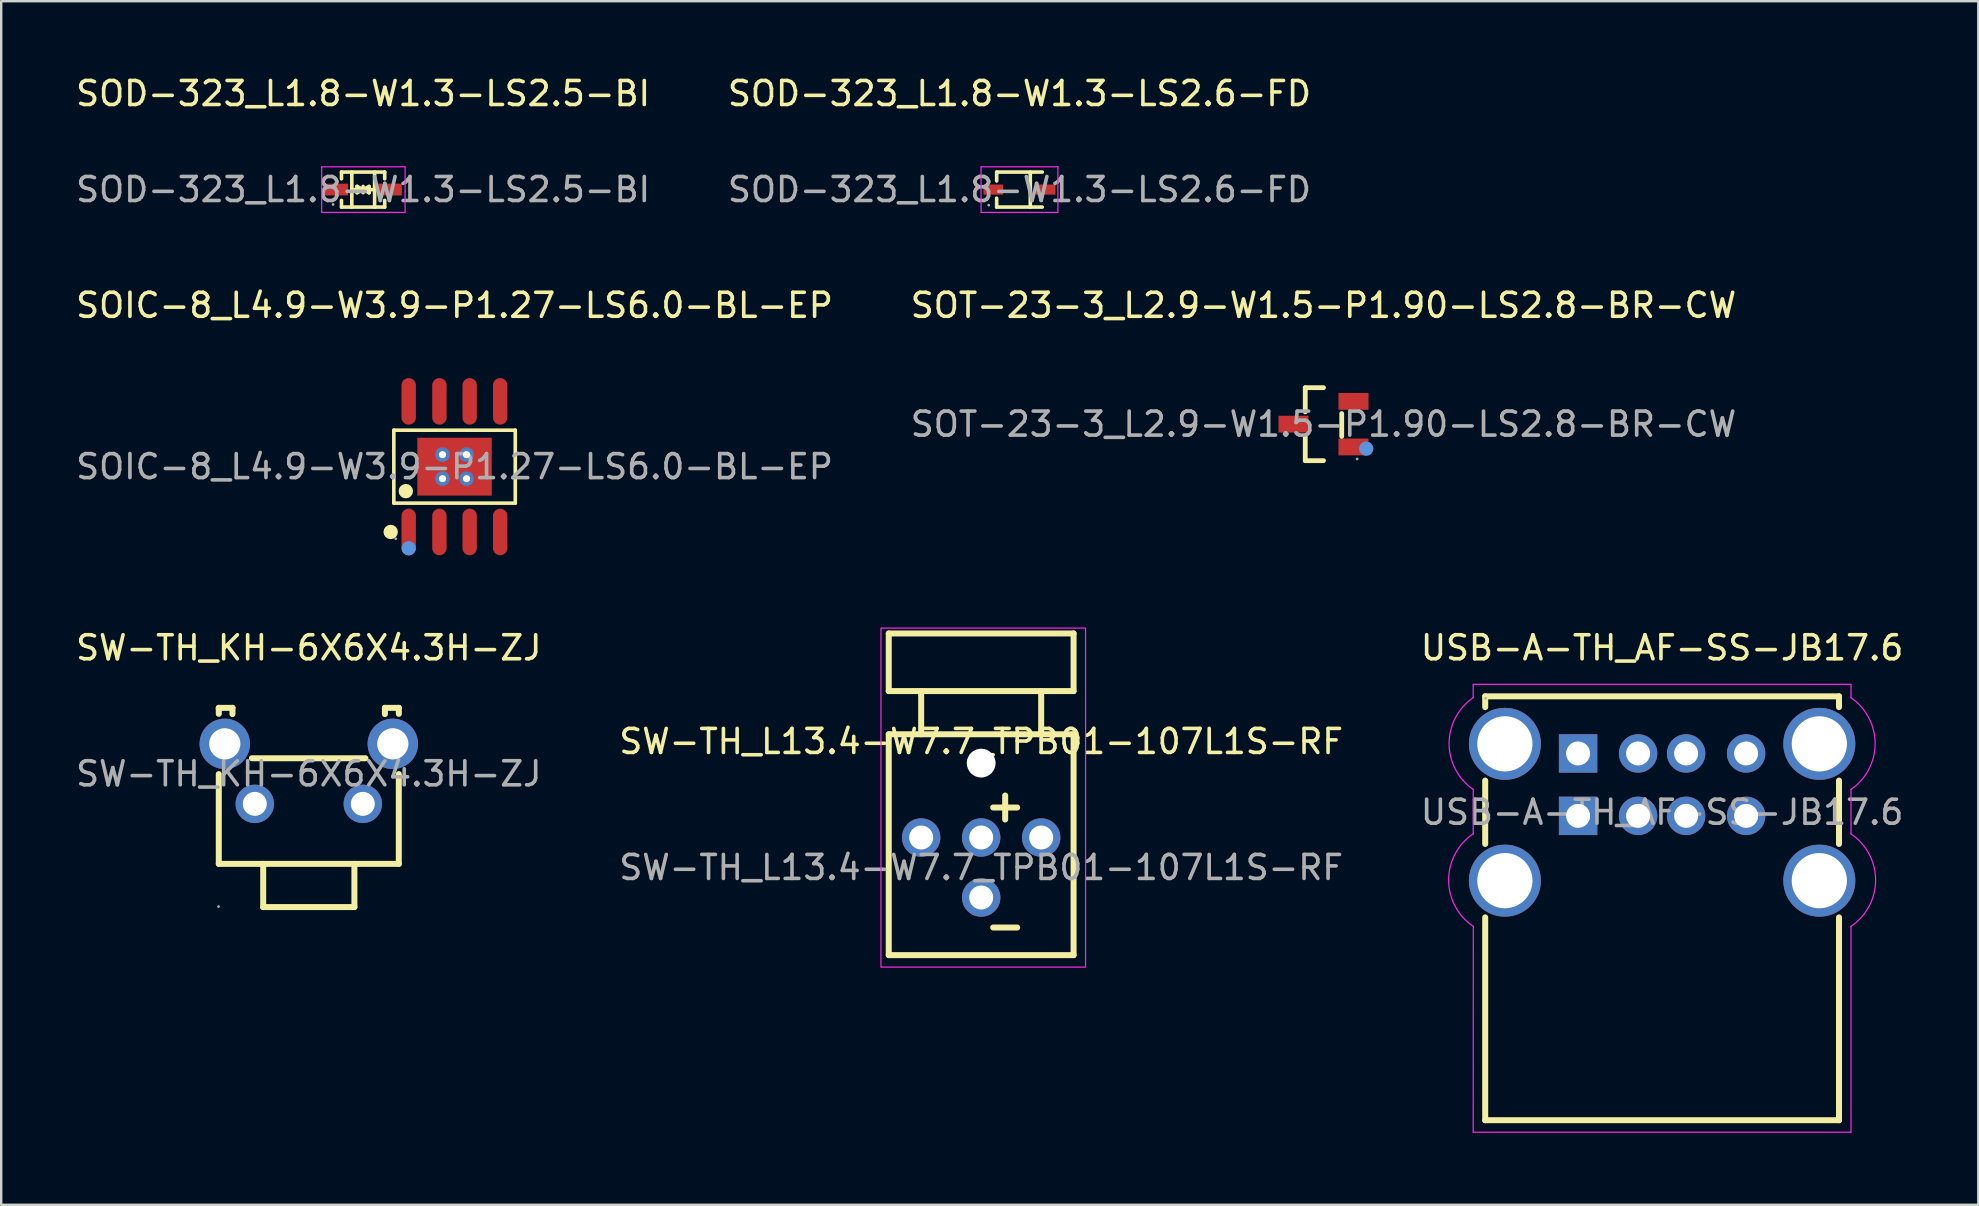
<source format=kicad_pcb>
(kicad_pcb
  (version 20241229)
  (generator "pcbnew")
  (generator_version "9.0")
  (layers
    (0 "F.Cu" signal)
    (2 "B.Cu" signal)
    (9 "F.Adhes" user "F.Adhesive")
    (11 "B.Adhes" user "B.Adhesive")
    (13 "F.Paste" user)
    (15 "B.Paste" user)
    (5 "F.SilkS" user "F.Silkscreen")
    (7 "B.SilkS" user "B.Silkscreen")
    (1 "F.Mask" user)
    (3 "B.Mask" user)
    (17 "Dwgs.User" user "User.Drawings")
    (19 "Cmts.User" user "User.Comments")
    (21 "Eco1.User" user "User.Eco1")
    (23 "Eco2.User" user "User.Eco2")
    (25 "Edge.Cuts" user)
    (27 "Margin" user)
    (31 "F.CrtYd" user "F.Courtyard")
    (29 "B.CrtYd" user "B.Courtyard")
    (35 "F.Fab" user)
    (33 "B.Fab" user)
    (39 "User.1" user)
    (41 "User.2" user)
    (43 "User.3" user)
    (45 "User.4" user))
  (footprint "SOIC-8_L4.9-W3.9-P1.27-LS6.0-BL-EP"
    (layer "F.Cu")
    (at 15.887 16.392)
    (property "Reference" "SOIC-8_L4.9-W3.9-P1.27-LS6.0-BL-EP" (at 0 -6.72 0) (layer "F.SilkS") (effects (font (size 1 1) (thickness 0.15))))
    (attr smd)
    (fp_line (start -2.53 -1.52) (end 2.53 -1.52) (stroke (width 0.15) (type solid)) (layer "F.SilkS"))
    (fp_line (start -2.53 1.52) (end -2.53 -1.52) (stroke (width 0.15) (type solid)) (layer "F.SilkS"))
    (fp_line (start 2.53 -1.52) (end 2.53 1.52) (stroke (width 0.15) (type solid)) (layer "F.SilkS"))
    (fp_line (start 2.53 1.52) (end -2.53 1.52) (stroke (width 0.15) (type solid)) (layer "F.SilkS"))
    (fp_circle (center -2.66 2.72) (end -2.51 2.72) (stroke (width 0.3) (type solid)) (fill no) (layer "F.SilkS"))
    (fp_circle (center -2.03 1.02) (end -1.88 1.02) (stroke (width 0.3) (type solid)) (fill no) (layer "F.SilkS"))
    (fp_circle (center -1.91 3.4) (end -1.76 3.4) (stroke (width 0.3) (type solid)) (fill no) (layer "Cmts.User"))
    (fp_circle (center -2.45 3) (end -2.42 3) (stroke (width 0.06) (type solid)) (fill no) (layer "F.Fab"))
    (fp_text user "${REFERENCE}" (at 0 0 0) (layer "F.Fab") (effects (font (size 1 1) (thickness 0.15))))
    (pad "" thru_hole circle (at -0.5 -0.5) (size 0.61 0.61) (drill 0.3) (layers "*.Cu" "*.Paste" "*.Mask"))
    (pad "" thru_hole circle (at -0.5 0.5) (size 0.61 0.61) (drill 0.3) (layers "*.Cu" "*.Paste" "*.Mask"))
    (pad "" thru_hole circle (at 0.5 -0.5) (size 0.61 0.61) (drill 0.3) (layers "*.Cu" "*.Paste" "*.Mask"))
    (pad "" thru_hole circle (at 0.5 0.5) (size 0.61 0.61) (drill 0.3) (layers "*.Cu" "*.Paste" "*.Mask"))
    (pad "1" smd oval (at -1.91 2.72) (size 0.6 1.94) (layers "F.Cu" "F.Mask" "F.Paste"))
    (pad "2" smd oval (at -0.63 2.72) (size 0.6 1.94) (layers "F.Cu" "F.Mask" "F.Paste"))
    (pad "3" smd oval (at 0.63 2.72) (size 0.6 1.94) (layers "F.Cu" "F.Mask" "F.Paste"))
    (pad "4" smd oval (at 1.9 2.72) (size 0.6 1.94) (layers "F.Cu" "F.Mask" "F.Paste"))
    (pad "5" smd oval (at 1.9 -2.72) (size 0.6 1.94) (layers "F.Cu" "F.Mask" "F.Paste"))
    (pad "6" smd oval (at 0.63 -2.72) (size 0.6 1.94) (layers "F.Cu" "F.Mask" "F.Paste"))
    (pad "7" smd oval (at -0.63 -2.72) (size 0.6 1.94) (layers "F.Cu" "F.Mask" "F.Paste"))
    (pad "8" smd oval (at -1.91 -2.72) (size 0.6 1.94) (layers "F.Cu" "F.Mask" "F.Paste"))
    (pad "9" smd rect (at 0 0) (size 3.1 2.41) (layers "F.Cu" "F.Mask" "F.Paste")))
  (footprint "SW-TH_L13.4-W7.7_TPB01-107L1S-RF"
    (layer "F.Cu")
    (at 37.827 33.092)
    (property "Reference" "SW-TH_L13.4-W7.7_TPB01-107L1S-RF" (at 0 -5.25 0) (layer "F.SilkS") (effects (font (size 1 1) (thickness 0.15))))
    (attr through_hole)
    (fp_line (start -3.85 -9.75) (end -3.85 -7.35) (stroke (width 0.25) (type solid)) (layer "F.SilkS"))
    (fp_line (start -3.85 3.65) (end -3.85 -5.55) (stroke (width 0.25) (type solid)) (layer "F.SilkS"))
    (fp_line (start -2.5 -7.35) (end -2.5 -5.55) (stroke (width 0.25) (type solid)) (layer "F.SilkS"))
    (fp_line (start 0.5 -2.5) (end 1.5 -2.5) (stroke (width 0.25) (type solid)) (layer "F.SilkS"))
    (fp_line (start 0.5 2.5) (end 1.5 2.5) (stroke (width 0.25) (type solid)) (layer "F.SilkS"))
    (fp_line (start 1 -3) (end 1 -2) (stroke (width 0.25) (type solid)) (layer "F.SilkS"))
    (fp_line (start 2.5 -7.35) (end 2.5 -5.55) (stroke (width 0.25) (type solid)) (layer "F.SilkS"))
    (fp_line (start 3.85 -9.75) (end -3.85 -9.75) (stroke (width 0.25) (type solid)) (layer "F.SilkS"))
    (fp_line (start 3.85 -9.75) (end 3.85 -7.35) (stroke (width 0.25) (type solid)) (layer "F.SilkS"))
    (fp_line (start 3.85 -7.35) (end -3.85 -7.35) (stroke (width 0.25) (type solid)) (layer "F.SilkS"))
    (fp_line (start 3.85 -5.55) (end -3.85 -5.55) (stroke (width 0.25) (type solid)) (layer "F.SilkS"))
    (fp_line (start 3.85 3.65) (end -3.85 3.65) (stroke (width 0.25) (type solid)) (layer "F.SilkS"))
    (fp_line (start 3.85 3.65) (end 3.85 -5.55) (stroke (width 0.25) (type solid)) (layer "F.SilkS"))
    (fp_rect (start -4.175 -9.975) (end 4.35 4.15) (stroke (width 0.05) (type default)) (fill no) (layer "F.CrtYd"))
    (fp_text user "${REFERENCE}" (at 0 0 0) (layer "F.Fab") (effects (font (size 1 1) (thickness 0.15))))
    (pad "" np_thru_hole circle (at 0 -4.35) (size 1.2 1.2) (drill 1.2) (layers "*.Cu" "*.Mask"))
    (pad "1" thru_hole circle (at -2.5 -1.25) (size 1.6 1.6) (drill 1) (layers "*.Cu" "*.Mask"))
    (pad "2" thru_hole circle (at 2.5 -1.25) (size 1.6 1.6) (drill 1) (layers "*.Cu" "*.Mask"))
    (pad "L1" thru_hole circle (at 0 -1.25) (size 1.6 1.6) (drill 1) (layers "*.Cu" "*.Mask"))
    (pad "L2" thru_hole circle (at 0 1.25) (size 1.6 1.6) (drill 1) (layers "*.Cu" "*.Mask")))
  (footprint "USB-A-TH_AF-SS-JB17.6"
    (layer "F.Cu")
    (at 66.196 30.79)
    (property "Reference" "USB-A-TH_AF-SS-JB17.6" (at 0 -6.85 0) (layer "F.SilkS") (effects (font (size 1 1) (thickness 0.15))))
    (attr through_hole)
    (fp_line (start -7.37 -4.83) (end 7.37 -4.83) (stroke (width 0.25) (type solid)) (layer "F.SilkS"))
    (fp_line (start -7.37 -4.38) (end -7.37 -4.83) (stroke (width 0.25) (type solid)) (layer "F.SilkS"))
    (fp_line (start -7.37 1.32) (end -7.37 -1.32) (stroke (width 0.25) (type solid)) (layer "F.SilkS"))
    (fp_line (start -7.37 12.83) (end -7.37 4.38) (stroke (width 0.25) (type solid)) (layer "F.SilkS"))
    (fp_line (start 7.37 -4.83) (end 7.37 -4.38) (stroke (width 0.25) (type solid)) (layer "F.SilkS"))
    (fp_line (start 7.37 -1.32) (end 7.37 1.32) (stroke (width 0.25) (type solid)) (layer "F.SilkS"))
    (fp_line (start 7.37 4.38) (end 7.37 12.83) (stroke (width 0.25) (type solid)) (layer "F.SilkS"))
    (fp_line (start 7.37 12.83) (end -7.37 12.83) (stroke (width 0.25) (type solid)) (layer "F.SilkS"))
    (fp_line (start -7.87 -5.33) (end 7.87 -5.33) (stroke (width 0.05) (type solid)) (layer "F.CrtYd"))
    (fp_line (start -7.87 -4.775) (end -7.87 -5.33) (stroke (width 0.05) (type solid)) (layer "F.CrtYd"))
    (fp_line (start -7.87 0.9) (end -7.87 -0.95) (stroke (width 0.05) (type solid)) (layer "F.CrtYd"))
    (fp_line (start -7.87 13.33) (end -7.865 4.755) (stroke (width 0.05) (type solid)) (layer "F.CrtYd"))
    (fp_line (start -7.87 13.33) (end 7.87 13.33) (stroke (width 0.05) (type solid)) (layer "F.CrtYd"))
    (fp_line (start 7.87 -4.772) (end 7.87 -5.327) (stroke (width 0.05) (type solid)) (layer "F.CrtYd"))
    (fp_line (start 7.87 0.902) (end 7.87 -0.95) (stroke (width 0.05) (type solid)) (layer "F.CrtYd"))
    (fp_line (start 7.87 13.33) (end 7.87 4.758) (stroke (width 0.05) (type solid)) (layer "F.CrtYd"))
    (fp_arc (start -7.87 -0.95) (mid -8.873785 -2.8625) (end -7.87 -4.775) (stroke (width 0.05) (type solid)) (layer "F.CrtYd"))
    (fp_arc (start -7.865061 4.755) (mid -8.893735 2.830517) (end -7.874206 0.901173) (stroke (width 0.05) (type solid)) (layer "F.CrtYd"))
    (fp_arc (start 7.87 -4.7725) (mid 8.875291 -2.86125) (end 7.87 -0.95) (stroke (width 0.05) (type solid)) (layer "F.CrtYd"))
    (fp_arc (start 7.87 0.9025) (mid 8.894558 2.828868) (end 7.867729 4.754027) (stroke (width 0.05) (type solid)) (layer "F.CrtYd"))
    (fp_circle (center -7.35 -4.75) (end -7.32 -4.75) (stroke (width 0.06) (type solid)) (fill no) (layer "F.Fab"))
    (fp_text user "${REFERENCE}" (at 0 0 0) (layer "F.Fab") (effects (font (size 1 1) (thickness 0.15))))
    (pad "1" thru_hole rect (at -3.5 -2.45) (size 1.6 1.6) (drill 1) (layers "*.Cu" "*.Mask"))
    (pad "2" thru_hole circle (at -1 -2.45) (size 1.6 1.6) (drill 1) (layers "*.Cu" "*.Mask"))
    (pad "3" thru_hole circle (at 1 -2.45) (size 1.6 1.6) (drill 1) (layers "*.Cu" "*.Mask"))
    (pad "4" thru_hole circle (at 3.5 -2.45) (size 1.6 1.6) (drill 1) (layers "*.Cu" "*.Mask"))
    (pad "5" thru_hole rect (at -3.5 0.15) (size 1.6 1.6) (drill 1) (layers "*.Cu" "*.Mask"))
    (pad "6" thru_hole circle (at -1 0.15) (size 1.6 1.6) (drill 1) (layers "*.Cu" "*.Mask"))
    (pad "7" thru_hole circle (at 1 0.15) (size 1.6 1.6) (drill 1) (layers "*.Cu" "*.Mask"))
    (pad "8" thru_hole circle (at 3.5 0.15) (size 1.6 1.6) (drill 1) (layers "*.Cu" "*.Mask"))
    (pad "9" thru_hole circle (at -6.55 -2.85) (size 3 3) (drill 2.3) (layers "*.Cu" "*.Mask"))
    (pad "10" thru_hole circle (at 6.55 -2.85) (size 3 3) (drill 2.3) (layers "*.Cu" "*.Mask"))
    (pad "11" thru_hole circle (at -6.55 2.85) (size 3 3) (drill 2.3) (layers "*.Cu" "*.Mask"))
    (pad "12" thru_hole circle (at 6.55 2.85) (size 3 3) (drill 2.3) (layers "*.Cu" "*.Mask")))
  (footprint "SOT-23-3_L2.9-W1.5-P1.90-LS2.8-BR-CW"
    (layer "F.Cu")
    (at 52.089 14.621)
    (property "Reference" "SOT-23-3_L2.9-W1.5-P1.90-LS2.8-BR-CW" (at 0 -4.95 0) (layer "F.SilkS") (effects (font (size 1 1) (thickness 0.15))))
    (attr smd)
    (fp_line (start -0.76 -1.52) (end 0 -1.52) (stroke (width 0.2) (type solid)) (layer "F.SilkS"))
    (fp_line (start -0.76 -0.51) (end -0.76 -1.52) (stroke (width 0.2) (type solid)) (layer "F.SilkS"))
    (fp_line (start -0.76 0.51) (end -0.76 1.52) (stroke (width 0.2) (type solid)) (layer "F.SilkS"))
    (fp_line (start -0.76 1.52) (end 0 1.52) (stroke (width 0.2) (type solid)) (layer "F.SilkS"))
    (fp_line (start 0.76 0.51) (end 0.76 -0.44) (stroke (width 0.2) (type solid)) (layer "F.SilkS"))
    (fp_circle (center 1.78 1.02) (end 1.93 1.02) (stroke (width 0.3) (type solid)) (fill no) (layer "Cmts.User"))
    (fp_circle (center 1.4 1.45) (end 1.43 1.45) (stroke (width 0.06) (type solid)) (fill no) (layer "F.Fab"))
    (fp_text user "${REFERENCE}" (at 0 0 0) (layer "F.Fab") (effects (font (size 1 1) (thickness 0.15))))
    (pad "1" smd rect (at 1.25 0.95) (size 1.25 0.7) (layers "F.Cu" "F.Mask" "F.Paste"))
    (pad "2" smd rect (at -1.25 0) (size 1.25 0.7) (layers "F.Cu" "F.Mask" "F.Paste"))
    (pad "3" smd rect (at 1.25 -0.95) (size 1.25 0.7) (layers "F.Cu" "F.Mask" "F.Paste")))
  (footprint "SOD-323_L1.8-W1.3-LS2.6-FD"
    (layer "F.Cu")
    (at 39.423 4.848)
    (property "Reference" "SOD-323_L1.8-W1.3-LS2.6-FD" (at 0 -4 0) (layer "F.SilkS") (effects (font (size 1 1) (thickness 0.15))))
    (attr smd)
    (fp_line (start -0.95 -0.73) (end 0.95 -0.73) (stroke (width 0.15) (type solid)) (layer "F.SilkS"))
    (fp_line (start -0.95 -0.36) (end -0.95 -0.73) (stroke (width 0.15) (type solid)) (layer "F.SilkS"))
    (fp_line (start -0.95 0.36) (end -0.95 0.73) (stroke (width 0.15) (type solid)) (layer "F.SilkS"))
    (fp_line (start -0.95 0.73) (end 0.95 0.73) (stroke (width 0.15) (type solid)) (layer "F.SilkS"))
    (fp_line (start 0.45 -0.73) (end 0.45 0.73) (stroke (width 0.15) (type solid)) (layer "F.SilkS"))
    (fp_line (start -1.6 -0.95) (end -1.6 0.95) (stroke (width 0.05) (type solid)) (layer "F.CrtYd"))
    (fp_line (start -1.6 -0.95) (end 1.6 -0.95) (stroke (width 0.05) (type solid)) (layer "F.CrtYd"))
    (fp_line (start -1.6 0.95) (end 1.6 0.95) (stroke (width 0.05) (type solid)) (layer "F.CrtYd"))
    (fp_line (start 1.6 -0.95) (end 1.6 0.95) (stroke (width 0.05) (type solid)) (layer "F.CrtYd"))
    (fp_circle (center -1.28 0.65) (end -1.25 0.65) (stroke (width 0.06) (type solid)) (fill no) (layer "F.Fab"))
    (fp_text user "${REFERENCE}" (at 0 0 0) (layer "F.Fab") (effects (font (size 1 1) (thickness 0.15))))
    (pad "1" smd rect (at -1.09 0) (size 0.82 0.42) (layers "F.Cu" "F.Mask" "F.Paste"))
    (pad "2" smd rect (at 1.09 0) (size 0.82 0.42) (layers "F.Cu" "F.Mask" "F.Paste")))
  (footprint "SOD-323_L1.8-W1.3-LS2.5-BI"
    (layer "F.Cu")
    (at 12.077 4.848)
    (property "Reference" "SOD-323_L1.8-W1.3-LS2.5-BI" (at 0 -4 0) (layer "F.SilkS") (effects (font (size 1 1) (thickness 0.15))))
    (attr smd)
    (fp_line (start -0.9 -0.73) (end -0.9 -0.45) (stroke (width 0.15) (type solid)) (layer "F.SilkS"))
    (fp_line (start -0.9 0.73) (end -0.9 0.45) (stroke (width 0.15) (type solid)) (layer "F.SilkS"))
    (fp_line (start -0.47 0) (end 0.48 0) (stroke (width 0.15) (type solid)) (layer "F.SilkS"))
    (fp_line (start -0.47 0.73) (end -0.47 -0.73) (stroke (width 0.15) (type solid)) (layer "F.SilkS"))
    (fp_line (start -0.25 -0.13) (end -0.25 -0.13) (stroke (width 0.15) (type solid)) (layer "F.SilkS"))
    (fp_line (start -0.25 -0.13) (end 0 0) (stroke (width 0.15) (type solid)) (layer "F.SilkS"))
    (fp_line (start -0.25 0.13) (end -0.25 -0.13) (stroke (width 0.15) (type solid)) (layer "F.SilkS"))
    (fp_line (start -0.13 0) (end 0 0) (stroke (width 0.15) (type solid)) (layer "F.SilkS"))
    (fp_line (start 0 -0.13) (end 0 0.13) (stroke (width 0.15) (type solid)) (layer "F.SilkS"))
    (fp_line (start 0 0) (end -0.25 0.13) (stroke (width 0.15) (type solid)) (layer "F.SilkS"))
    (fp_line (start 0 0) (end 0.25 -0.13) (stroke (width 0.15) (type solid)) (layer "F.SilkS"))
    (fp_line (start 0.13 0) (end 0 0) (stroke (width 0.15) (type solid)) (layer "F.SilkS"))
    (fp_line (start 0.25 -0.13) (end 0.25 0.13) (stroke (width 0.15) (type solid)) (layer "F.SilkS"))
    (fp_line (start 0.25 0.13) (end 0 0) (stroke (width 0.15) (type solid)) (layer "F.SilkS"))
    (fp_line (start 0.25 0.13) (end 0.25 0.13) (stroke (width 0.15) (type solid)) (layer "F.SilkS"))
    (fp_line (start 0.48 0.73) (end 0.48 -0.73) (stroke (width 0.15) (type solid)) (layer "F.SilkS"))
    (fp_line (start 0.9 -0.73) (end -0.9 -0.73) (stroke (width 0.15) (type solid)) (layer "F.SilkS"))
    (fp_line (start 0.9 -0.73) (end 0.9 -0.45) (stroke (width 0.15) (type solid)) (layer "F.SilkS"))
    (fp_line (start 0.9 0.73) (end -0.9 0.73) (stroke (width 0.15) (type solid)) (layer "F.SilkS"))
    (fp_line (start 0.9 0.73) (end 0.9 0.45) (stroke (width 0.15) (type solid)) (layer "F.SilkS"))
    (fp_line (start -1.725 -0.95) (end -1.725 0.95) (stroke (width 0.05) (type solid)) (layer "F.CrtYd"))
    (fp_line (start -1.725 -0.95) (end 1.75 -0.95) (stroke (width 0.05) (type solid)) (layer "F.CrtYd"))
    (fp_line (start -1.725 0.95) (end 1.75 0.95) (stroke (width 0.05) (type solid)) (layer "F.CrtYd"))
    (fp_line (start 1.75 -0.95) (end 1.75 0.95) (stroke (width 0.05) (type solid)) (layer "F.CrtYd"))
    (fp_circle (center -1.25 0.62) (end -1.22 0.62) (stroke (width 0.06) (type solid)) (fill no) (layer "F.Fab"))
    (fp_text user "${REFERENCE}" (at 0 0 0) (layer "F.Fab") (effects (font (size 1 1) (thickness 0.15))))
    (pad "1" smd rect (at -1.12 0) (size 0.99 0.49) (layers "F.Cu" "F.Mask" "F.Paste"))
    (pad "2" smd rect (at 1.12 0) (size 0.99 0.49) (layers "F.Cu" "F.Mask" "F.Paste")))
  (footprint "SW-TH_KH-6X6X4.3H-ZJ"
    (layer "F.Cu")
    (at 9.815 29.19)
    (property "Reference" "SW-TH_KH-6X6X4.3H-ZJ" (at 0 -5.25 0) (layer "F.SilkS") (effects (font (size 1 1) (thickness 0.15))))
    (attr through_hole)
    (fp_line (start -3.75 -2.75) (end -3.18 -2.75) (stroke (width 0.25) (type solid)) (layer "F.SilkS"))
    (fp_line (start -3.75 -2.71) (end -3.75 -2.75) (stroke (width 0.25) (type solid)) (layer "F.SilkS"))
    (fp_line (start -3.75 -2.5) (end -3.75 -2.71) (stroke (width 0.25) (type solid)) (layer "F.SilkS"))
    (fp_line (start -3.75 3.75) (end -3.75 0.01) (stroke (width 0.25) (type solid)) (layer "F.SilkS"))
    (fp_line (start -3.75 3.75) (end 3.75 3.75) (stroke (width 0.25) (type solid)) (layer "F.SilkS"))
    (fp_line (start -3.18 -2.75) (end -3.18 -2.49) (stroke (width 0.25) (type solid)) (layer "F.SilkS"))
    (fp_line (start -2.37 -0.65) (end 2.36 -0.65) (stroke (width 0.25) (type solid)) (layer "F.SilkS"))
    (fp_line (start -1.9 3.75) (end -1.9 5.55) (stroke (width 0.25) (type solid)) (layer "F.SilkS"))
    (fp_line (start -1.9 5.55) (end 1.9 5.55) (stroke (width 0.25) (type solid)) (layer "F.SilkS"))
    (fp_line (start 1.9 3.75) (end 1.9 5.55) (stroke (width 0.25) (type solid)) (layer "F.SilkS"))
    (fp_line (start 3.17 -2.75) (end 3.17 -2.49) (stroke (width 0.25) (type solid)) (layer "F.SilkS"))
    (fp_line (start 3.75 -2.75) (end 3.17 -2.75) (stroke (width 0.25) (type solid)) (layer "F.SilkS"))
    (fp_line (start 3.75 -2.5) (end 3.75 -2.75) (stroke (width 0.25) (type solid)) (layer "F.SilkS"))
    (fp_line (start 3.75 3.75) (end 3.75 0.01) (stroke (width 0.25) (type solid)) (layer "F.SilkS"))
    (fp_circle (center -3.76 5.53) (end -3.73 5.53) (stroke (width 0.06) (type solid)) (fill no) (layer "F.Fab"))
    (fp_text user "${REFERENCE}" (at 0 0 0) (layer "F.Fab") (effects (font (size 1 1) (thickness 0.15))))
    (pad "1" thru_hole circle (at -2.25 1.25) (size 1.6 1.6) (drill 1) (layers "*.Cu" "*.Mask"))
    (pad "2" thru_hole circle (at 2.25 1.25) (size 1.6 1.6) (drill 1) (layers "*.Cu" "*.Mask"))
    (pad "3" thru_hole circle (at -3.5 -1.25) (size 2.1 2.1) (drill 1.3) (layers "*.Cu" "*.Mask"))
    (pad "4" thru_hole circle (at 3.5 -1.25) (size 2.1 2.1) (drill 1.3) (layers "*.Cu" "*.Mask")))
  (gr_rect
    (start -3 -3)
    (end 79.369 47.145)
    (stroke (width 0.1) (type default))
    (fill no)
    (layer "Edge.Cuts")))
</source>
